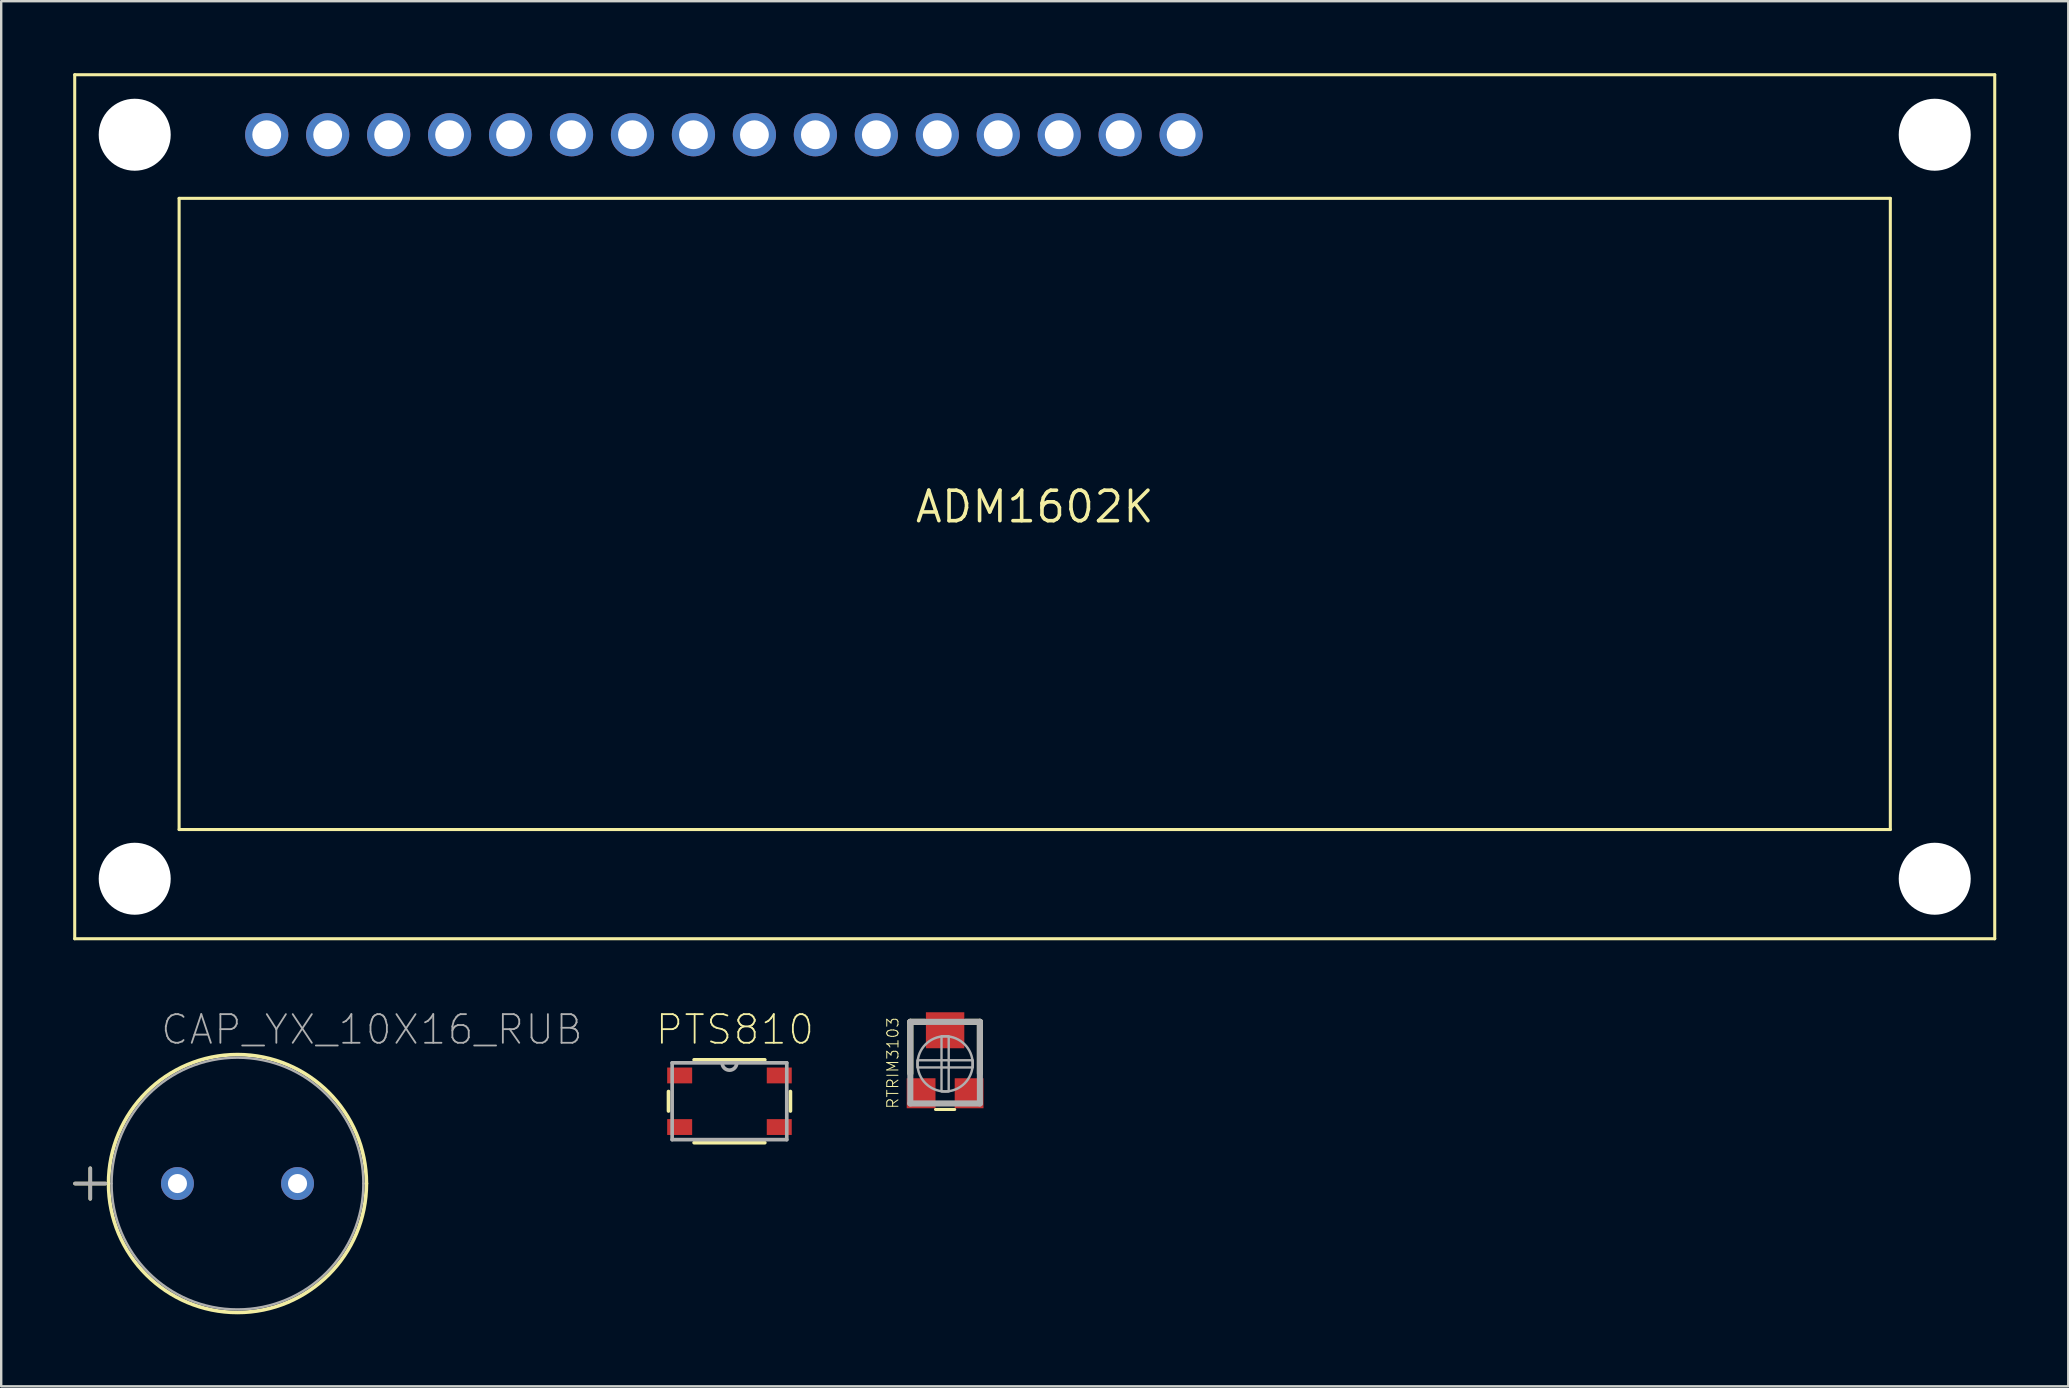
<source format=kicad_pcb>
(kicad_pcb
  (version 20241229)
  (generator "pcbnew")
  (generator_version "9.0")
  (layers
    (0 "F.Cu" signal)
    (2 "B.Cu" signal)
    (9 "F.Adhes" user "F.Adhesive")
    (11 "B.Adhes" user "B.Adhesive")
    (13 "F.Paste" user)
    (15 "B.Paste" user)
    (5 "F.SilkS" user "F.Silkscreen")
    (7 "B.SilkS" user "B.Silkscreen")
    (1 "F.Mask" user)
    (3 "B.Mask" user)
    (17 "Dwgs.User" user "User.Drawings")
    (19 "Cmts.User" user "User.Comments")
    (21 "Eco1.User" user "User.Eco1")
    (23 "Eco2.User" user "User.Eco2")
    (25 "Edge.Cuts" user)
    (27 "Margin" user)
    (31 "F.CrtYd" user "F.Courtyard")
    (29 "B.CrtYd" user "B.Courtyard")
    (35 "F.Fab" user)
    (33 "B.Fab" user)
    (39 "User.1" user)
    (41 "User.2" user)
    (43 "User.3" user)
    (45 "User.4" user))
  (footprint "ADM1602K"
    (layer "F.Cu")
    (at 40.063 18.064)
    (property "Reference" "ADM1602K" (at 0 0 0) (layer "F.SilkS") (effects (font (size 1.27 1.27) (thickness 0.15))))
    (fp_line (start -40 -18) (end 40 -18) (stroke (width 0.127) (type solid)) (layer "F.SilkS"))
    (fp_line (start -40 18) (end -40 -18) (stroke (width 0.127) (type solid)) (layer "F.SilkS"))
    (fp_line (start -35.65 -12.85) (end 35.65 -12.85) (stroke (width 0.127) (type solid)) (layer "F.SilkS"))
    (fp_line (start -35.65 13.45) (end -35.65 -12.85) (stroke (width 0.127) (type solid)) (layer "F.SilkS"))
    (fp_line (start 35.65 -12.85) (end 35.65 13.45) (stroke (width 0.127) (type solid)) (layer "F.SilkS"))
    (fp_line (start 35.65 13.45) (end -35.65 13.45) (stroke (width 0.127) (type solid)) (layer "F.SilkS"))
    (fp_line (start 40 -18) (end 40 18) (stroke (width 0.127) (type solid)) (layer "F.SilkS"))
    (fp_line (start 40 18) (end -40 18) (stroke (width 0.127) (type solid)) (layer "F.SilkS"))
    (pad "" np_thru_hole circle (at -37.5 -15.5) (size 3 3) (drill 3) (layers "*.Cu" "*.Mask"))
    (pad "" np_thru_hole circle (at -37.5 15.5) (size 3 3) (drill 3) (layers "*.Cu" "*.Mask"))
    (pad "" np_thru_hole circle (at 37.5 -15.5) (size 3 3) (drill 3) (layers "*.Cu" "*.Mask"))
    (pad "" np_thru_hole circle (at 37.5 15.5) (size 3 3) (drill 3) (layers "*.Cu" "*.Mask"))
    (pad "P1" thru_hole circle (at -32 -15.5) (size 1.8 1.8) (drill 1.2) (layers "*.Cu" "*.Mask"))
    (pad "P2" thru_hole circle (at -29.46 -15.5) (size 1.8 1.8) (drill 1.2) (layers "*.Cu" "*.Mask"))
    (pad "P3" thru_hole circle (at -26.92 -15.5) (size 1.8 1.8) (drill 1.2) (layers "*.Cu" "*.Mask"))
    (pad "P4" thru_hole circle (at -24.38 -15.5) (size 1.8 1.8) (drill 1.2) (layers "*.Cu" "*.Mask"))
    (pad "P5" thru_hole circle (at -21.84 -15.5) (size 1.8 1.8) (drill 1.2) (layers "*.Cu" "*.Mask"))
    (pad "P6" thru_hole circle (at -19.3 -15.5) (size 1.8 1.8) (drill 1.2) (layers "*.Cu" "*.Mask"))
    (pad "P7" thru_hole circle (at -16.76 -15.5) (size 1.8 1.8) (drill 1.2) (layers "*.Cu" "*.Mask"))
    (pad "P8" thru_hole circle (at -14.22 -15.5) (size 1.8 1.8) (drill 1.2) (layers "*.Cu" "*.Mask"))
    (pad "P9" thru_hole circle (at -11.68 -15.5) (size 1.8 1.8) (drill 1.2) (layers "*.Cu" "*.Mask"))
    (pad "P10" thru_hole circle (at -9.14 -15.5) (size 1.8 1.8) (drill 1.2) (layers "*.Cu" "*.Mask"))
    (pad "P11" thru_hole circle (at -6.6 -15.5) (size 1.8 1.8) (drill 1.2) (layers "*.Cu" "*.Mask"))
    (pad "P12" thru_hole circle (at -4.06 -15.5) (size 1.8 1.8) (drill 1.2) (layers "*.Cu" "*.Mask"))
    (pad "P13" thru_hole circle (at -1.52 -15.5) (size 1.8 1.8) (drill 1.2) (layers "*.Cu" "*.Mask"))
    (pad "P14" thru_hole circle (at 1.02 -15.5) (size 1.8 1.8) (drill 1.2) (layers "*.Cu" "*.Mask"))
    (pad "P15" thru_hole circle (at 3.56 -15.5) (size 1.8 1.8) (drill 1.2) (layers "*.Cu" "*.Mask"))
    (pad "P16" thru_hole circle (at 6.1 -15.5) (size 1.8 1.8) (drill 1.2) (layers "*.Cu" "*.Mask")))
  (footprint "CAP_YX_10X16_RUB"
    (layer "F.Cu")
    (at 4.343 46.264)
    (property "Reference" "CAP_YX_10X16_RUB" (at -0.762 -5.715 0) (layer "F.Fab") (effects (font (size 1.194 1.194) (thickness 0.076)) (justify left bottom)))
    (fp_line (start -4.267 0) (end -2.997 0) (stroke (width 0.152) (type solid)) (layer "F.SilkS"))
    (fp_line (start -3.632 -0.635) (end -3.632 0.635) (stroke (width 0.152) (type solid)) (layer "F.SilkS"))
    (fp_arc (start -2.8702 0) (mid 2.5019 -5.3721) (end 7.874 0) (stroke (width 0.1524) (type solid)) (layer "F.SilkS"))
    (fp_arc (start 7.874 0) (mid 2.5019 5.3721) (end -2.8702 0) (stroke (width 0.1524) (type solid)) (layer "F.SilkS"))
    (fp_line (start -4.267 0) (end -2.997 0) (stroke (width 0.152) (type solid)) (layer "F.Fab"))
    (fp_line (start -3.632 -0.635) (end -3.632 0.635) (stroke (width 0.152) (type solid)) (layer "F.Fab"))
    (fp_arc (start -2.7432 0) (mid 2.5019 -5.2451) (end 7.747 0) (stroke (width 0.1) (type solid)) (layer "F.Fab"))
    (fp_arc (start 7.747 0) (mid 2.5019 5.2451) (end -2.7432 0) (stroke (width 0.1) (type solid)) (layer "F.Fab"))
    (pad "1" thru_hole circle (at 0 0) (size 1.372 1.372) (drill 0.795) (layers "*.Cu" "*.Mask"))
    (pad "2" thru_hole circle (at 5.004 0 180) (size 1.372 1.372) (drill 0.795) (layers "*.Cu" "*.Mask")))
  (footprint "RTRIM3103"
    (layer "F.Cu")
    (at 36.329 41.277)
    (property "Reference" "RTRIM3103" (at -1.905 1.905 90) (layer "F.SilkS") (effects (font (size 0.467 0.467) (thickness 0.041)) (justify left bottom)))
    (fp_line (start -1.45 -1.75) (end -0.85 -1.75) (stroke (width 0.254) (type solid)) (layer "F.SilkS"))
    (fp_line (start -1.45 0.4) (end -1.45 -1.75) (stroke (width 0.254) (type solid)) (layer "F.SilkS"))
    (fp_line (start -0.4 1.9) (end 0.4 1.9) (stroke (width 0.127) (type solid)) (layer "F.SilkS"))
    (fp_line (start 1.45 -1.75) (end 0.85 -1.75) (stroke (width 0.254) (type solid)) (layer "F.SilkS"))
    (fp_line (start 1.45 0.4) (end 1.45 -1.75) (stroke (width 0.254) (type solid)) (layer "F.SilkS"))
    (fp_line (start -1.45 -1.75) (end -1.45 1.65) (stroke (width 0.254) (type solid)) (layer "F.Fab"))
    (fp_line (start -1.45 1.65) (end 1.45 1.65) (stroke (width 0.254) (type solid)) (layer "F.Fab"))
    (fp_line (start 1.45 -1.75) (end -1.45 -1.75) (stroke (width 0.254) (type solid)) (layer "F.Fab"))
    (fp_line (start 1.45 1.65) (end 1.45 -1.75) (stroke (width 0.254) (type solid)) (layer "F.Fab"))
    (fp_circle (center 0 0) (end 1.15 0) (stroke (width 0.102) (type solid)) (fill no) (layer "F.Fab"))
    (fp_poly (pts (xy -1.15 0.15) (xy 1.15 0.15) (xy 1.15 -0.15) (xy -1.15 -0.15)) (stroke (width 0.1) (type default)) (fill no) (layer "F.Fab"))
    (fp_poly (pts (xy -0.15 1.15) (xy 0.15 1.15) (xy 0.15 -1.15) (xy -0.15 -1.15)) (stroke (width 0.1) (type default)) (fill no) (layer "F.Fab"))
    (pad "1" smd rect (at -1 1.225) (size 1.2 1.25) (layers "F.Cu" "F.Mask" "F.Paste"))
    (pad "2" smd rect (at 0 -1.4) (size 1.6 1.5) (layers "F.Cu" "F.Mask" "F.Paste"))
    (pad "3" smd rect (at 1 1.225) (size 1.2 1.25) (layers "F.Cu" "F.Mask" "F.Paste")))
  (footprint "PTS810"
    (layer "F.Cu")
    (at 27.344 42.835)
    (property "Reference" "PTS810" (at -3.15 -2.286 0) (layer "F.SilkS") (effects (font (size 1.194 1.194) (thickness 0.076)) (justify left bottom)))
    (fp_line (start -2.54 -0.406) (end -2.54 0.406) (stroke (width 0.152) (type solid)) (layer "F.SilkS"))
    (fp_line (start -1.473 1.727) (end 1.473 1.727) (stroke (width 0.152) (type solid)) (layer "F.SilkS"))
    (fp_line (start 1.473 -1.727) (end -1.473 -1.727) (stroke (width 0.152) (type solid)) (layer "F.SilkS"))
    (fp_line (start 2.54 0.406) (end 2.54 -0.406) (stroke (width 0.152) (type solid)) (layer "F.SilkS"))
    (fp_line (start -2.388 -1.6) (end -2.388 1.6) (stroke (width 0.152) (type solid)) (layer "F.Fab"))
    (fp_line (start -2.388 1.6) (end 2.388 1.6) (stroke (width 0.152) (type solid)) (layer "F.Fab"))
    (fp_line (start -0.305 -1.6) (end -2.388 -1.6) (stroke (width 0.152) (type solid)) (layer "F.Fab"))
    (fp_line (start 0.305 -1.6) (end -0.305 -1.6) (stroke (width 0.152) (type solid)) (layer "F.Fab"))
    (fp_line (start 2.388 -1.6) (end 0.305 -1.6) (stroke (width 0.152) (type solid)) (layer "F.Fab"))
    (fp_line (start 2.388 1.6) (end 2.388 -1.6) (stroke (width 0.152) (type solid)) (layer "F.Fab"))
    (fp_arc (start 0.3048 -1.6002) (mid 0 -1.2954) (end -0.3048 -1.6002) (stroke (width 0.1524) (type solid)) (layer "F.Fab"))
    (pad "1" smd rect (at -2.075 -1.075) (size 1.041 0.66) (layers "F.Cu" "F.Mask" "F.Paste"))
    (pad "2" smd rect (at 2.075 -1.075 180) (size 1.041 0.66) (layers "F.Cu" "F.Mask" "F.Paste"))
    (pad "3" smd rect (at -2.075 1.075) (size 1.041 0.66) (layers "F.Cu" "F.Mask" "F.Paste"))
    (pad "4" smd rect (at 2.075 1.075 180) (size 1.041 0.66) (layers "F.Cu" "F.Mask" "F.Paste")))
  (gr_rect
    (start -3 -3)
    (end 83.127 54.713)
    (stroke (width 0.1) (type default))
    (fill no)
    (layer "Edge.Cuts")))
</source>
